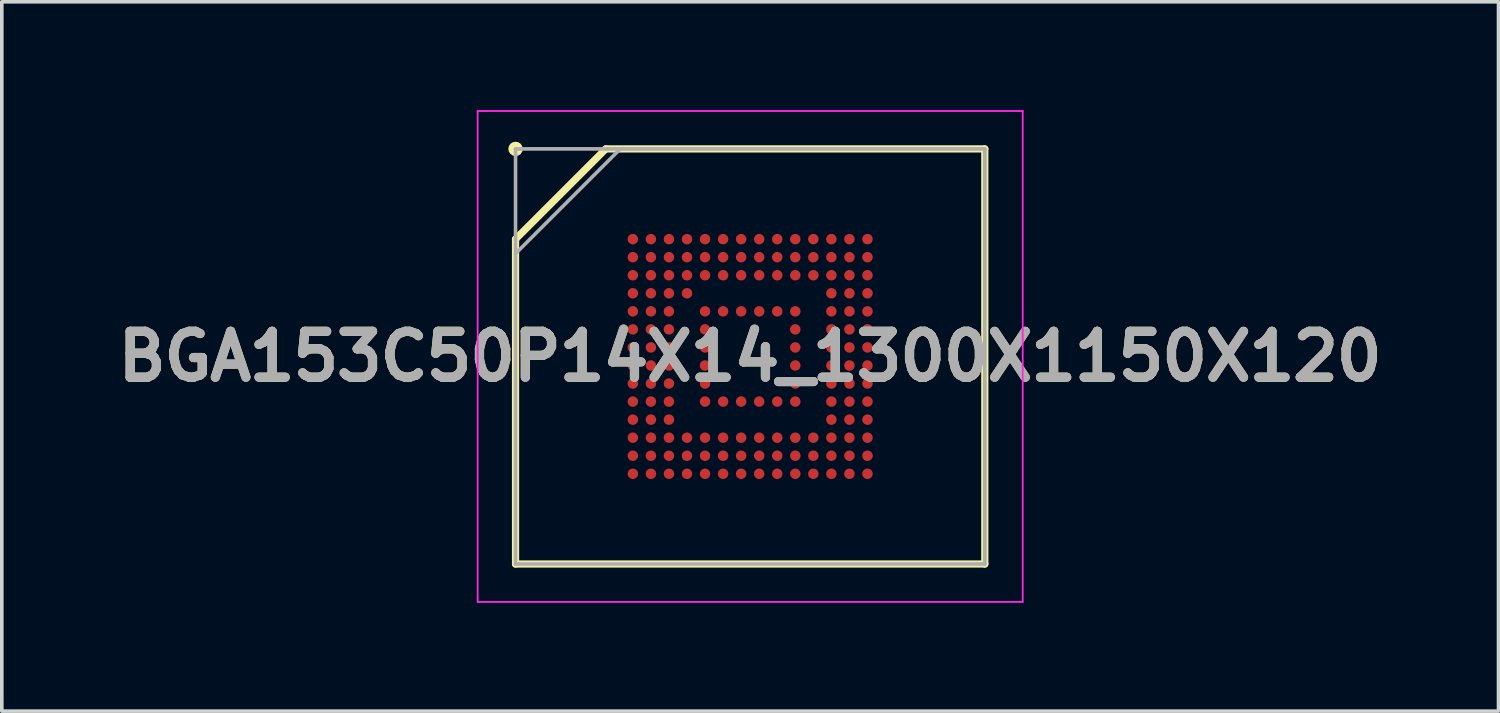
<source format=kicad_pcb>
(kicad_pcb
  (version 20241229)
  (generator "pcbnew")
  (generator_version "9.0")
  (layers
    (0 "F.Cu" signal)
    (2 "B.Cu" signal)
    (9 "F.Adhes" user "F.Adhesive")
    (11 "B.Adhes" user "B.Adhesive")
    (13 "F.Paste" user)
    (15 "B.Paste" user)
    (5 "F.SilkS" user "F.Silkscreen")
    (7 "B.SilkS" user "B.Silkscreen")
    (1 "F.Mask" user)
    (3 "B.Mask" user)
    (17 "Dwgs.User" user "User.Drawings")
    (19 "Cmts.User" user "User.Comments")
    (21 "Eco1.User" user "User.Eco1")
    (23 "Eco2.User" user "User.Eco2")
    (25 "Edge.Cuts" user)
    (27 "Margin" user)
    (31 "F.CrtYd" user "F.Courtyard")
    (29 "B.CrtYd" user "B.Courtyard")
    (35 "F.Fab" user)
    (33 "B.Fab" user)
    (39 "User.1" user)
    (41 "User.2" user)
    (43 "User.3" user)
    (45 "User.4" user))
  (footprint "BGA153C50P14X14_1300X1150X120"
    (layer "F.Cu")
    (at 17.732 6.825)
    (property "Reference" "BGA153C50P14X14_1300X1150X120" (at 0 0 0) (layer "F.SilkS") (effects (font (size 1.27 1.27) (thickness 0.254))))
    (attr smd)
    (fp_line (start -6.5 -3.25) (end -4 -5.75) (stroke (width 0.2) (type solid)) (layer "F.SilkS"))
    (fp_line (start -6.5 5.75) (end -6.5 -3.25) (stroke (width 0.2) (type solid)) (layer "F.SilkS"))
    (fp_line (start -4 -5.75) (end 6.5 -5.75) (stroke (width 0.2) (type solid)) (layer "F.SilkS"))
    (fp_line (start 6.5 -5.75) (end 6.5 5.75) (stroke (width 0.2) (type solid)) (layer "F.SilkS"))
    (fp_line (start 6.5 5.75) (end -6.5 5.75) (stroke (width 0.2) (type solid)) (layer "F.SilkS"))
    (fp_circle (center -6.5 -5.75) (end -6.5 -5.65) (stroke (width 0.2) (type solid)) (fill no) (layer "F.SilkS"))
    (fp_line (start -7.55 -6.8) (end 7.55 -6.8) (stroke (width 0.05) (type solid)) (layer "F.CrtYd"))
    (fp_line (start -7.55 6.8) (end -7.55 -6.8) (stroke (width 0.05) (type solid)) (layer "F.CrtYd"))
    (fp_line (start 7.55 -6.8) (end 7.55 6.8) (stroke (width 0.05) (type solid)) (layer "F.CrtYd"))
    (fp_line (start 7.55 6.8) (end -7.55 6.8) (stroke (width 0.05) (type solid)) (layer "F.CrtYd"))
    (fp_line (start -6.5 -5.75) (end 6.5 -5.75) (stroke (width 0.1) (type solid)) (layer "F.Fab"))
    (fp_line (start -6.5 -2.85) (end -3.6 -5.75) (stroke (width 0.1) (type solid)) (layer "F.Fab"))
    (fp_line (start -6.5 5.75) (end -6.5 -5.75) (stroke (width 0.1) (type solid)) (layer "F.Fab"))
    (fp_line (start 6.5 -5.75) (end 6.5 5.75) (stroke (width 0.1) (type solid)) (layer "F.Fab"))
    (fp_line (start 6.5 5.75) (end -6.5 5.75) (stroke (width 0.1) (type solid)) (layer "F.Fab"))
    (fp_text user "${REFERENCE}" (at 0 0 0) (layer "F.Fab") (effects (font (size 1.27 1.27) (thickness 0.254))))
    (pad "A1" smd circle (at -3.25 -3.25 90) (size 0.29 0.29) (layers "F.Cu" "F.Mask" "F.Paste"))
    (pad "A2" smd circle (at -2.75 -3.25 90) (size 0.29 0.29) (layers "F.Cu" "F.Mask" "F.Paste"))
    (pad "A3" smd circle (at -2.25 -3.25 90) (size 0.29 0.29) (layers "F.Cu" "F.Mask" "F.Paste"))
    (pad "A4" smd circle (at -1.75 -3.25 90) (size 0.29 0.29) (layers "F.Cu" "F.Mask" "F.Paste"))
    (pad "A5" smd circle (at -1.25 -3.25 90) (size 0.29 0.29) (layers "F.Cu" "F.Mask" "F.Paste"))
    (pad "A6" smd circle (at -0.75 -3.25 90) (size 0.29 0.29) (layers "F.Cu" "F.Mask" "F.Paste"))
    (pad "A7" smd circle (at -0.25 -3.25 90) (size 0.29 0.29) (layers "F.Cu" "F.Mask" "F.Paste"))
    (pad "A8" smd circle (at 0.25 -3.25 90) (size 0.29 0.29) (layers "F.Cu" "F.Mask" "F.Paste"))
    (pad "A9" smd circle (at 0.75 -3.25 90) (size 0.29 0.29) (layers "F.Cu" "F.Mask" "F.Paste"))
    (pad "A10" smd circle (at 1.25 -3.25 90) (size 0.29 0.29) (layers "F.Cu" "F.Mask" "F.Paste"))
    (pad "A11" smd circle (at 1.75 -3.25 90) (size 0.29 0.29) (layers "F.Cu" "F.Mask" "F.Paste"))
    (pad "A12" smd circle (at 2.25 -3.25 90) (size 0.29 0.29) (layers "F.Cu" "F.Mask" "F.Paste"))
    (pad "A13" smd circle (at 2.75 -3.25 90) (size 0.29 0.29) (layers "F.Cu" "F.Mask" "F.Paste"))
    (pad "A14" smd circle (at 3.25 -3.25 90) (size 0.29 0.29) (layers "F.Cu" "F.Mask" "F.Paste"))
    (pad "B1" smd circle (at -3.25 -2.75 90) (size 0.29 0.29) (layers "F.Cu" "F.Mask" "F.Paste"))
    (pad "B2" smd circle (at -2.75 -2.75 90) (size 0.29 0.29) (layers "F.Cu" "F.Mask" "F.Paste"))
    (pad "B3" smd circle (at -2.25 -2.75 90) (size 0.29 0.29) (layers "F.Cu" "F.Mask" "F.Paste"))
    (pad "B4" smd circle (at -1.75 -2.75 90) (size 0.29 0.29) (layers "F.Cu" "F.Mask" "F.Paste"))
    (pad "B5" smd circle (at -1.25 -2.75 90) (size 0.29 0.29) (layers "F.Cu" "F.Mask" "F.Paste"))
    (pad "B6" smd circle (at -0.75 -2.75 90) (size 0.29 0.29) (layers "F.Cu" "F.Mask" "F.Paste"))
    (pad "B7" smd circle (at -0.25 -2.75 90) (size 0.29 0.29) (layers "F.Cu" "F.Mask" "F.Paste"))
    (pad "B8" smd circle (at 0.25 -2.75 90) (size 0.29 0.29) (layers "F.Cu" "F.Mask" "F.Paste"))
    (pad "B9" smd circle (at 0.75 -2.75 90) (size 0.29 0.29) (layers "F.Cu" "F.Mask" "F.Paste"))
    (pad "B10" smd circle (at 1.25 -2.75 90) (size 0.29 0.29) (layers "F.Cu" "F.Mask" "F.Paste"))
    (pad "B11" smd circle (at 1.75 -2.75 90) (size 0.29 0.29) (layers "F.Cu" "F.Mask" "F.Paste"))
    (pad "B12" smd circle (at 2.25 -2.75 90) (size 0.29 0.29) (layers "F.Cu" "F.Mask" "F.Paste"))
    (pad "B13" smd circle (at 2.75 -2.75 90) (size 0.29 0.29) (layers "F.Cu" "F.Mask" "F.Paste"))
    (pad "B14" smd circle (at 3.25 -2.75 90) (size 0.29 0.29) (layers "F.Cu" "F.Mask" "F.Paste"))
    (pad "C1" smd circle (at -3.25 -2.25 90) (size 0.29 0.29) (layers "F.Cu" "F.Mask" "F.Paste"))
    (pad "C2" smd circle (at -2.75 -2.25 90) (size 0.29 0.29) (layers "F.Cu" "F.Mask" "F.Paste"))
    (pad "C3" smd circle (at -2.25 -2.25 90) (size 0.29 0.29) (layers "F.Cu" "F.Mask" "F.Paste"))
    (pad "C4" smd circle (at -1.75 -2.25 90) (size 0.29 0.29) (layers "F.Cu" "F.Mask" "F.Paste"))
    (pad "C5" smd circle (at -1.25 -2.25 90) (size 0.29 0.29) (layers "F.Cu" "F.Mask" "F.Paste"))
    (pad "C6" smd circle (at -0.75 -2.25 90) (size 0.29 0.29) (layers "F.Cu" "F.Mask" "F.Paste"))
    (pad "C7" smd circle (at -0.25 -2.25 90) (size 0.29 0.29) (layers "F.Cu" "F.Mask" "F.Paste"))
    (pad "C8" smd circle (at 0.25 -2.25 90) (size 0.29 0.29) (layers "F.Cu" "F.Mask" "F.Paste"))
    (pad "C9" smd circle (at 0.75 -2.25 90) (size 0.29 0.29) (layers "F.Cu" "F.Mask" "F.Paste"))
    (pad "C10" smd circle (at 1.25 -2.25 90) (size 0.29 0.29) (layers "F.Cu" "F.Mask" "F.Paste"))
    (pad "C11" smd circle (at 1.75 -2.25 90) (size 0.29 0.29) (layers "F.Cu" "F.Mask" "F.Paste"))
    (pad "C12" smd circle (at 2.25 -2.25 90) (size 0.29 0.29) (layers "F.Cu" "F.Mask" "F.Paste"))
    (pad "C13" smd circle (at 2.75 -2.25 90) (size 0.29 0.29) (layers "F.Cu" "F.Mask" "F.Paste"))
    (pad "C14" smd circle (at 3.25 -2.25 90) (size 0.29 0.29) (layers "F.Cu" "F.Mask" "F.Paste"))
    (pad "D1" smd circle (at -3.25 -1.75 90) (size 0.29 0.29) (layers "F.Cu" "F.Mask" "F.Paste"))
    (pad "D2" smd circle (at -2.75 -1.75 90) (size 0.29 0.29) (layers "F.Cu" "F.Mask" "F.Paste"))
    (pad "D3" smd circle (at -2.25 -1.75 90) (size 0.29 0.29) (layers "F.Cu" "F.Mask" "F.Paste"))
    (pad "D4" smd circle (at -1.75 -1.75 90) (size 0.29 0.29) (layers "F.Cu" "F.Mask" "F.Paste"))
    (pad "D12" smd circle (at 2.25 -1.75 90) (size 0.29 0.29) (layers "F.Cu" "F.Mask" "F.Paste"))
    (pad "D13" smd circle (at 2.75 -1.75 90) (size 0.29 0.29) (layers "F.Cu" "F.Mask" "F.Paste"))
    (pad "D14" smd circle (at 3.25 -1.75 90) (size 0.29 0.29) (layers "F.Cu" "F.Mask" "F.Paste"))
    (pad "E1" smd circle (at -3.25 -1.25 90) (size 0.29 0.29) (layers "F.Cu" "F.Mask" "F.Paste"))
    (pad "E2" smd circle (at -2.75 -1.25 90) (size 0.29 0.29) (layers "F.Cu" "F.Mask" "F.Paste"))
    (pad "E3" smd circle (at -2.25 -1.25 90) (size 0.29 0.29) (layers "F.Cu" "F.Mask" "F.Paste"))
    (pad "E5" smd circle (at -1.25 -1.25 90) (size 0.29 0.29) (layers "F.Cu" "F.Mask" "F.Paste"))
    (pad "E6" smd circle (at -0.75 -1.25 90) (size 0.29 0.29) (layers "F.Cu" "F.Mask" "F.Paste"))
    (pad "E7" smd circle (at -0.25 -1.25 90) (size 0.29 0.29) (layers "F.Cu" "F.Mask" "F.Paste"))
    (pad "E8" smd circle (at 0.25 -1.25 90) (size 0.29 0.29) (layers "F.Cu" "F.Mask" "F.Paste"))
    (pad "E9" smd circle (at 0.75 -1.25 90) (size 0.29 0.29) (layers "F.Cu" "F.Mask" "F.Paste"))
    (pad "E10" smd circle (at 1.25 -1.25 90) (size 0.29 0.29) (layers "F.Cu" "F.Mask" "F.Paste"))
    (pad "E12" smd circle (at 2.25 -1.25 90) (size 0.29 0.29) (layers "F.Cu" "F.Mask" "F.Paste"))
    (pad "E13" smd circle (at 2.75 -1.25 90) (size 0.29 0.29) (layers "F.Cu" "F.Mask" "F.Paste"))
    (pad "E14" smd circle (at 3.25 -1.25 90) (size 0.29 0.29) (layers "F.Cu" "F.Mask" "F.Paste"))
    (pad "F1" smd circle (at -3.25 -0.75 90) (size 0.29 0.29) (layers "F.Cu" "F.Mask" "F.Paste"))
    (pad "F2" smd circle (at -2.75 -0.75 90) (size 0.29 0.29) (layers "F.Cu" "F.Mask" "F.Paste"))
    (pad "F3" smd circle (at -2.25 -0.75 90) (size 0.29 0.29) (layers "F.Cu" "F.Mask" "F.Paste"))
    (pad "F5" smd circle (at -1.25 -0.75 90) (size 0.29 0.29) (layers "F.Cu" "F.Mask" "F.Paste"))
    (pad "F10" smd circle (at 1.25 -0.75 90) (size 0.29 0.29) (layers "F.Cu" "F.Mask" "F.Paste"))
    (pad "F12" smd circle (at 2.25 -0.75 90) (size 0.29 0.29) (layers "F.Cu" "F.Mask" "F.Paste"))
    (pad "F13" smd circle (at 2.75 -0.75 90) (size 0.29 0.29) (layers "F.Cu" "F.Mask" "F.Paste"))
    (pad "F14" smd circle (at 3.25 -0.75 90) (size 0.29 0.29) (layers "F.Cu" "F.Mask" "F.Paste"))
    (pad "G1" smd circle (at -3.25 -0.25 90) (size 0.29 0.29) (layers "F.Cu" "F.Mask" "F.Paste"))
    (pad "G2" smd circle (at -2.75 -0.25 90) (size 0.29 0.29) (layers "F.Cu" "F.Mask" "F.Paste"))
    (pad "G3" smd circle (at -2.25 -0.25 90) (size 0.29 0.29) (layers "F.Cu" "F.Mask" "F.Paste"))
    (pad "G5" smd circle (at -1.25 -0.25 90) (size 0.29 0.29) (layers "F.Cu" "F.Mask" "F.Paste"))
    (pad "G10" smd circle (at 1.25 -0.25 90) (size 0.29 0.29) (layers "F.Cu" "F.Mask" "F.Paste"))
    (pad "G12" smd circle (at 2.25 -0.25 90) (size 0.29 0.29) (layers "F.Cu" "F.Mask" "F.Paste"))
    (pad "G13" smd circle (at 2.75 -0.25 90) (size 0.29 0.29) (layers "F.Cu" "F.Mask" "F.Paste"))
    (pad "G14" smd circle (at 3.25 -0.25 90) (size 0.29 0.29) (layers "F.Cu" "F.Mask" "F.Paste"))
    (pad "H1" smd circle (at -3.25 0.25 90) (size 0.29 0.29) (layers "F.Cu" "F.Mask" "F.Paste"))
    (pad "H2" smd circle (at -2.75 0.25 90) (size 0.29 0.29) (layers "F.Cu" "F.Mask" "F.Paste"))
    (pad "H3" smd circle (at -2.25 0.25 90) (size 0.29 0.29) (layers "F.Cu" "F.Mask" "F.Paste"))
    (pad "H5" smd circle (at -1.25 0.25 90) (size 0.29 0.29) (layers "F.Cu" "F.Mask" "F.Paste"))
    (pad "H10" smd circle (at 1.25 0.25 90) (size 0.29 0.29) (layers "F.Cu" "F.Mask" "F.Paste"))
    (pad "H12" smd circle (at 2.25 0.25 90) (size 0.29 0.29) (layers "F.Cu" "F.Mask" "F.Paste"))
    (pad "H13" smd circle (at 2.75 0.25 90) (size 0.29 0.29) (layers "F.Cu" "F.Mask" "F.Paste"))
    (pad "H14" smd circle (at 3.25 0.25 90) (size 0.29 0.29) (layers "F.Cu" "F.Mask" "F.Paste"))
    (pad "J1" smd circle (at -3.25 0.75 90) (size 0.29 0.29) (layers "F.Cu" "F.Mask" "F.Paste"))
    (pad "J2" smd circle (at -2.75 0.75 90) (size 0.29 0.29) (layers "F.Cu" "F.Mask" "F.Paste"))
    (pad "J3" smd circle (at -2.25 0.75 90) (size 0.29 0.29) (layers "F.Cu" "F.Mask" "F.Paste"))
    (pad "J5" smd circle (at -1.25 0.75 90) (size 0.29 0.29) (layers "F.Cu" "F.Mask" "F.Paste"))
    (pad "J10" smd circle (at 1.25 0.75 90) (size 0.29 0.29) (layers "F.Cu" "F.Mask" "F.Paste"))
    (pad "J12" smd circle (at 2.25 0.75 90) (size 0.29 0.29) (layers "F.Cu" "F.Mask" "F.Paste"))
    (pad "J13" smd circle (at 2.75 0.75 90) (size 0.29 0.29) (layers "F.Cu" "F.Mask" "F.Paste"))
    (pad "J14" smd circle (at 3.25 0.75 90) (size 0.29 0.29) (layers "F.Cu" "F.Mask" "F.Paste"))
    (pad "K1" smd circle (at -3.25 1.25 90) (size 0.29 0.29) (layers "F.Cu" "F.Mask" "F.Paste"))
    (pad "K2" smd circle (at -2.75 1.25 90) (size 0.29 0.29) (layers "F.Cu" "F.Mask" "F.Paste"))
    (pad "K3" smd circle (at -2.25 1.25 90) (size 0.29 0.29) (layers "F.Cu" "F.Mask" "F.Paste"))
    (pad "K5" smd circle (at -1.25 1.25 90) (size 0.29 0.29) (layers "F.Cu" "F.Mask" "F.Paste"))
    (pad "K6" smd circle (at -0.75 1.25 90) (size 0.29 0.29) (layers "F.Cu" "F.Mask" "F.Paste"))
    (pad "K7" smd circle (at -0.25 1.25 90) (size 0.29 0.29) (layers "F.Cu" "F.Mask" "F.Paste"))
    (pad "K8" smd circle (at 0.25 1.25 90) (size 0.29 0.29) (layers "F.Cu" "F.Mask" "F.Paste"))
    (pad "K9" smd circle (at 0.75 1.25 90) (size 0.29 0.29) (layers "F.Cu" "F.Mask" "F.Paste"))
    (pad "K10" smd circle (at 1.25 1.25 90) (size 0.29 0.29) (layers "F.Cu" "F.Mask" "F.Paste"))
    (pad "K12" smd circle (at 2.25 1.25 90) (size 0.29 0.29) (layers "F.Cu" "F.Mask" "F.Paste"))
    (pad "K13" smd circle (at 2.75 1.25 90) (size 0.29 0.29) (layers "F.Cu" "F.Mask" "F.Paste"))
    (pad "K14" smd circle (at 3.25 1.25 90) (size 0.29 0.29) (layers "F.Cu" "F.Mask" "F.Paste"))
    (pad "L1" smd circle (at -3.25 1.75 90) (size 0.29 0.29) (layers "F.Cu" "F.Mask" "F.Paste"))
    (pad "L2" smd circle (at -2.75 1.75 90) (size 0.29 0.29) (layers "F.Cu" "F.Mask" "F.Paste"))
    (pad "L3" smd circle (at -2.25 1.75 90) (size 0.29 0.29) (layers "F.Cu" "F.Mask" "F.Paste"))
    (pad "L12" smd circle (at 2.25 1.75 90) (size 0.29 0.29) (layers "F.Cu" "F.Mask" "F.Paste"))
    (pad "L13" smd circle (at 2.75 1.75 90) (size 0.29 0.29) (layers "F.Cu" "F.Mask" "F.Paste"))
    (pad "L14" smd circle (at 3.25 1.75 90) (size 0.29 0.29) (layers "F.Cu" "F.Mask" "F.Paste"))
    (pad "M1" smd circle (at -3.25 2.25 90) (size 0.29 0.29) (layers "F.Cu" "F.Mask" "F.Paste"))
    (pad "M2" smd circle (at -2.75 2.25 90) (size 0.29 0.29) (layers "F.Cu" "F.Mask" "F.Paste"))
    (pad "M3" smd circle (at -2.25 2.25 90) (size 0.29 0.29) (layers "F.Cu" "F.Mask" "F.Paste"))
    (pad "M4" smd circle (at -1.75 2.25 90) (size 0.29 0.29) (layers "F.Cu" "F.Mask" "F.Paste"))
    (pad "M5" smd circle (at -1.25 2.25 90) (size 0.29 0.29) (layers "F.Cu" "F.Mask" "F.Paste"))
    (pad "M6" smd circle (at -0.75 2.25 90) (size 0.29 0.29) (layers "F.Cu" "F.Mask" "F.Paste"))
    (pad "M7" smd circle (at -0.25 2.25 90) (size 0.29 0.29) (layers "F.Cu" "F.Mask" "F.Paste"))
    (pad "M8" smd circle (at 0.25 2.25 90) (size 0.29 0.29) (layers "F.Cu" "F.Mask" "F.Paste"))
    (pad "M9" smd circle (at 0.75 2.25 90) (size 0.29 0.29) (layers "F.Cu" "F.Mask" "F.Paste"))
    (pad "M10" smd circle (at 1.25 2.25 90) (size 0.29 0.29) (layers "F.Cu" "F.Mask" "F.Paste"))
    (pad "M11" smd circle (at 1.75 2.25 90) (size 0.29 0.29) (layers "F.Cu" "F.Mask" "F.Paste"))
    (pad "M12" smd circle (at 2.25 2.25 90) (size 0.29 0.29) (layers "F.Cu" "F.Mask" "F.Paste"))
    (pad "M13" smd circle (at 2.75 2.25 90) (size 0.29 0.29) (layers "F.Cu" "F.Mask" "F.Paste"))
    (pad "M14" smd circle (at 3.25 2.25 90) (size 0.29 0.29) (layers "F.Cu" "F.Mask" "F.Paste"))
    (pad "N1" smd circle (at -3.25 2.75 90) (size 0.29 0.29) (layers "F.Cu" "F.Mask" "F.Paste"))
    (pad "N2" smd circle (at -2.75 2.75 90) (size 0.29 0.29) (layers "F.Cu" "F.Mask" "F.Paste"))
    (pad "N3" smd circle (at -2.25 2.75 90) (size 0.29 0.29) (layers "F.Cu" "F.Mask" "F.Paste"))
    (pad "N4" smd circle (at -1.75 2.75 90) (size 0.29 0.29) (layers "F.Cu" "F.Mask" "F.Paste"))
    (pad "N5" smd circle (at -1.25 2.75 90) (size 0.29 0.29) (layers "F.Cu" "F.Mask" "F.Paste"))
    (pad "N6" smd circle (at -0.75 2.75 90) (size 0.29 0.29) (layers "F.Cu" "F.Mask" "F.Paste"))
    (pad "N7" smd circle (at -0.25 2.75 90) (size 0.29 0.29) (layers "F.Cu" "F.Mask" "F.Paste"))
    (pad "N8" smd circle (at 0.25 2.75 90) (size 0.29 0.29) (layers "F.Cu" "F.Mask" "F.Paste"))
    (pad "N9" smd circle (at 0.75 2.75 90) (size 0.29 0.29) (layers "F.Cu" "F.Mask" "F.Paste"))
    (pad "N10" smd circle (at 1.25 2.75 90) (size 0.29 0.29) (layers "F.Cu" "F.Mask" "F.Paste"))
    (pad "N11" smd circle (at 1.75 2.75 90) (size 0.29 0.29) (layers "F.Cu" "F.Mask" "F.Paste"))
    (pad "N12" smd circle (at 2.25 2.75 90) (size 0.29 0.29) (layers "F.Cu" "F.Mask" "F.Paste"))
    (pad "N13" smd circle (at 2.75 2.75 90) (size 0.29 0.29) (layers "F.Cu" "F.Mask" "F.Paste"))
    (pad "N14" smd circle (at 3.25 2.75 90) (size 0.29 0.29) (layers "F.Cu" "F.Mask" "F.Paste"))
    (pad "P1" smd circle (at -3.25 3.25 90) (size 0.29 0.29) (layers "F.Cu" "F.Mask" "F.Paste"))
    (pad "P2" smd circle (at -2.75 3.25 90) (size 0.29 0.29) (layers "F.Cu" "F.Mask" "F.Paste"))
    (pad "P3" smd circle (at -2.25 3.25 90) (size 0.29 0.29) (layers "F.Cu" "F.Mask" "F.Paste"))
    (pad "P4" smd circle (at -1.75 3.25 90) (size 0.29 0.29) (layers "F.Cu" "F.Mask" "F.Paste"))
    (pad "P5" smd circle (at -1.25 3.25 90) (size 0.29 0.29) (layers "F.Cu" "F.Mask" "F.Paste"))
    (pad "P6" smd circle (at -0.75 3.25 90) (size 0.29 0.29) (layers "F.Cu" "F.Mask" "F.Paste"))
    (pad "P7" smd circle (at -0.25 3.25 90) (size 0.29 0.29) (layers "F.Cu" "F.Mask" "F.Paste"))
    (pad "P8" smd circle (at 0.25 3.25 90) (size 0.29 0.29) (layers "F.Cu" "F.Mask" "F.Paste"))
    (pad "P9" smd circle (at 0.75 3.25 90) (size 0.29 0.29) (layers "F.Cu" "F.Mask" "F.Paste"))
    (pad "P10" smd circle (at 1.25 3.25 90) (size 0.29 0.29) (layers "F.Cu" "F.Mask" "F.Paste"))
    (pad "P11" smd circle (at 1.75 3.25 90) (size 0.29 0.29) (layers "F.Cu" "F.Mask" "F.Paste"))
    (pad "P12" smd circle (at 2.25 3.25 90) (size 0.29 0.29) (layers "F.Cu" "F.Mask" "F.Paste"))
    (pad "P13" smd circle (at 2.75 3.25 90) (size 0.29 0.29) (layers "F.Cu" "F.Mask" "F.Paste"))
    (pad "P14" smd circle (at 3.25 3.25 90) (size 0.29 0.29) (layers "F.Cu" "F.Mask" "F.Paste")))
  (gr_rect
    (start -3 -3)
    (end 38.463 16.65)
    (stroke (width 0.1) (type default))
    (fill no)
    (layer "Edge.Cuts")))
</source>
